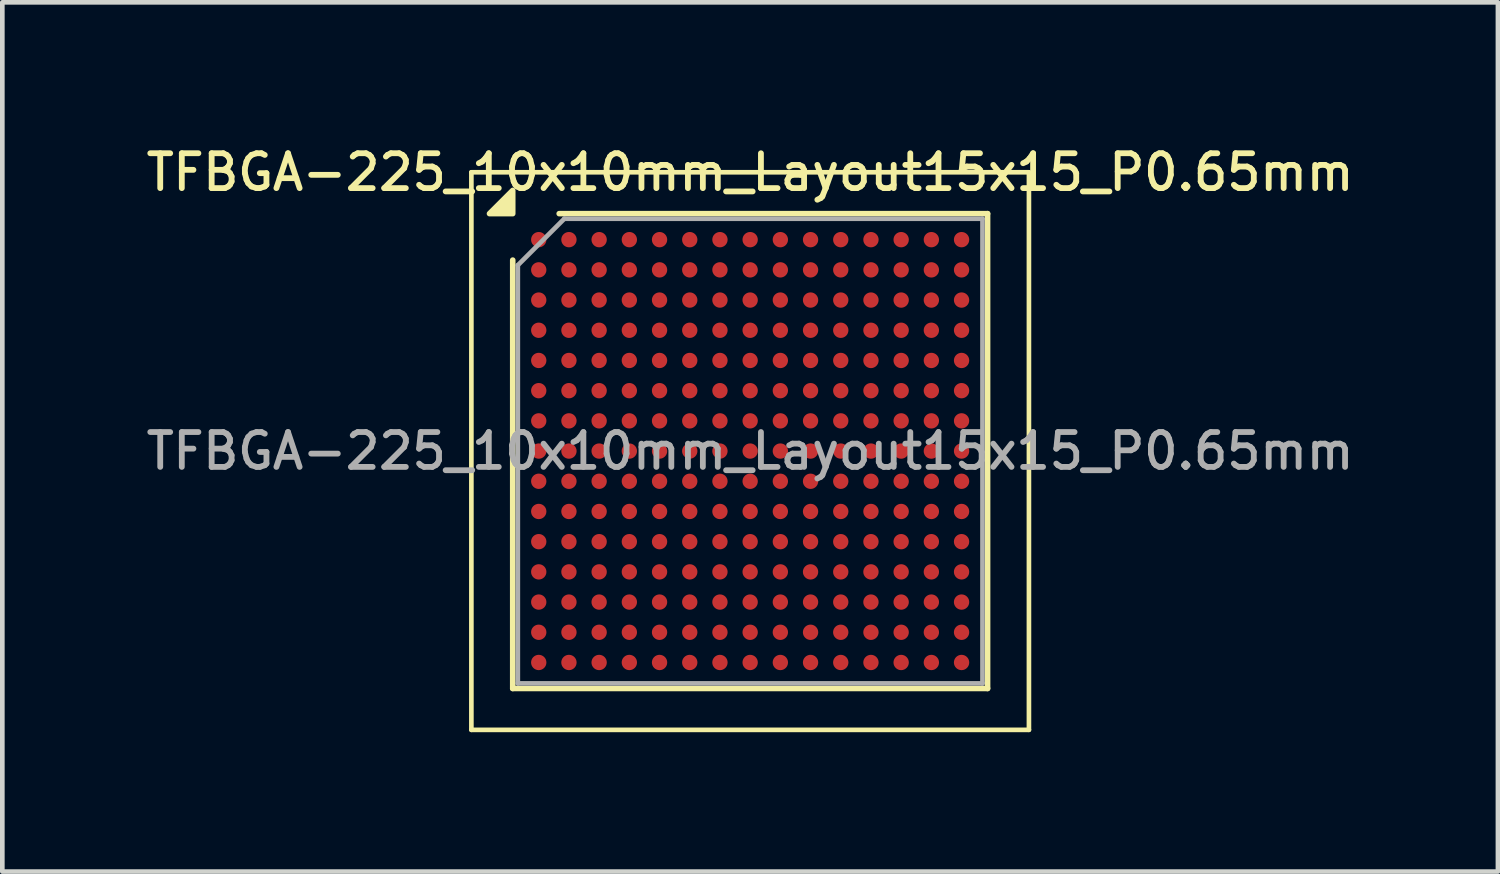
<source format=kicad_pcb>
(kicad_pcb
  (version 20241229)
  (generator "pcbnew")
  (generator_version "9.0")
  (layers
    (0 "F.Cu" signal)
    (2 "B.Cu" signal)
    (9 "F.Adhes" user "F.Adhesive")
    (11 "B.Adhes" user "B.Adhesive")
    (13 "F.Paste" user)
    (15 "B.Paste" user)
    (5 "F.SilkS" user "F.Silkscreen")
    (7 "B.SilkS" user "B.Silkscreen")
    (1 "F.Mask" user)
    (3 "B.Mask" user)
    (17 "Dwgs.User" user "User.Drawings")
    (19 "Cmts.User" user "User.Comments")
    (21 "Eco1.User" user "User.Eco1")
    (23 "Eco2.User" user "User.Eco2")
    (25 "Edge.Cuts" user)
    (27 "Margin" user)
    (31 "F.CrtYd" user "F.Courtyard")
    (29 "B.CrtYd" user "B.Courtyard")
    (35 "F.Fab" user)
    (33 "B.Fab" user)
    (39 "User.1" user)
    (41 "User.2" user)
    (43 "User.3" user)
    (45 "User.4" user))
  (footprint "TFBGA-225_10x10mm_Layout15x15_P0.65mm"
    (layer "F.Cu")
    (at 13.095 6.658)
    (property "Reference" "TFBGA-225_10x10mm_Layout15x15_P0.65mm" (at 0 -6 0) (layer "F.SilkS") (effects (font (size 0.75 0.75) (thickness 0.125))))
    (attr smd)
    (fp_line (start -6 -6) (end -6 6) (stroke (width 0.1) (type solid)) (layer "F.SilkS"))
    (fp_line (start -6 6) (end 6 6) (stroke (width 0.1) (type solid)) (layer "F.SilkS"))
    (fp_line (start -5.11 5.11) (end -5.11 -4.11) (stroke (width 0.12) (type solid)) (layer "F.SilkS"))
    (fp_line (start -4.11 -5.11) (end 5.11 -5.11) (stroke (width 0.12) (type solid)) (layer "F.SilkS"))
    (fp_line (start 5.11 -5.11) (end 5.11 5.11) (stroke (width 0.12) (type solid)) (layer "F.SilkS"))
    (fp_line (start 5.11 5.11) (end -5.11 5.11) (stroke (width 0.12) (type solid)) (layer "F.SilkS"))
    (fp_line (start 6 -6) (end -6 -6) (stroke (width 0.1) (type solid)) (layer "F.SilkS"))
    (fp_line (start 6 6) (end 6 -6) (stroke (width 0.1) (type solid)) (layer "F.SilkS"))
    (fp_poly (pts (xy -5.11 -5.11) (xy -5.61 -5.11) (xy -5.11 -5.61) (xy -5.11 -5.11)) (stroke (width 0.12) (type solid)) (fill yes) (layer "F.SilkS"))
    (fp_line (start -5 -4) (end -4 -5) (stroke (width 0.1) (type solid)) (layer "F.Fab"))
    (fp_line (start -5 5) (end -5 -4) (stroke (width 0.1) (type solid)) (layer "F.Fab"))
    (fp_line (start -4 -5) (end 5 -5) (stroke (width 0.1) (type solid)) (layer "F.Fab"))
    (fp_line (start 5 -5) (end 5 5) (stroke (width 0.1) (type solid)) (layer "F.Fab"))
    (fp_line (start 5 5) (end -5 5) (stroke (width 0.1) (type solid)) (layer "F.Fab"))
    (fp_text user "${REFERENCE}" (at 0 0 0) (layer "F.Fab") (effects (font (size 0.75 0.75) (thickness 0.125))))
    (pad "A1" smd circle (at -4.55 -4.55) (size 0.33 0.33) (property pad_prop_bga) (layers "F.Cu" "F.Mask" "F.Paste"))
    (pad "A2" smd circle (at -3.9 -4.55) (size 0.33 0.33) (property pad_prop_bga) (layers "F.Cu" "F.Mask" "F.Paste"))
    (pad "A3" smd circle (at -3.25 -4.55) (size 0.33 0.33) (property pad_prop_bga) (layers "F.Cu" "F.Mask" "F.Paste"))
    (pad "A4" smd circle (at -2.6 -4.55) (size 0.33 0.33) (property pad_prop_bga) (layers "F.Cu" "F.Mask" "F.Paste"))
    (pad "A5" smd circle (at -1.95 -4.55) (size 0.33 0.33) (property pad_prop_bga) (layers "F.Cu" "F.Mask" "F.Paste"))
    (pad "A6" smd circle (at -1.3 -4.55) (size 0.33 0.33) (property pad_prop_bga) (layers "F.Cu" "F.Mask" "F.Paste"))
    (pad "A7" smd circle (at -0.65 -4.55) (size 0.33 0.33) (property pad_prop_bga) (layers "F.Cu" "F.Mask" "F.Paste"))
    (pad "A8" smd circle (at 0 -4.55) (size 0.33 0.33) (property pad_prop_bga) (layers "F.Cu" "F.Mask" "F.Paste"))
    (pad "A9" smd circle (at 0.65 -4.55) (size 0.33 0.33) (property pad_prop_bga) (layers "F.Cu" "F.Mask" "F.Paste"))
    (pad "A10" smd circle (at 1.3 -4.55) (size 0.33 0.33) (property pad_prop_bga) (layers "F.Cu" "F.Mask" "F.Paste"))
    (pad "A11" smd circle (at 1.95 -4.55) (size 0.33 0.33) (property pad_prop_bga) (layers "F.Cu" "F.Mask" "F.Paste"))
    (pad "A12" smd circle (at 2.6 -4.55) (size 0.33 0.33) (property pad_prop_bga) (layers "F.Cu" "F.Mask" "F.Paste"))
    (pad "A13" smd circle (at 3.25 -4.55) (size 0.33 0.33) (property pad_prop_bga) (layers "F.Cu" "F.Mask" "F.Paste"))
    (pad "A14" smd circle (at 3.9 -4.55) (size 0.33 0.33) (property pad_prop_bga) (layers "F.Cu" "F.Mask" "F.Paste"))
    (pad "A15" smd circle (at 4.55 -4.55) (size 0.33 0.33) (property pad_prop_bga) (layers "F.Cu" "F.Mask" "F.Paste"))
    (pad "B1" smd circle (at -4.55 -3.9) (size 0.33 0.33) (property pad_prop_bga) (layers "F.Cu" "F.Mask" "F.Paste"))
    (pad "B2" smd circle (at -3.9 -3.9) (size 0.33 0.33) (property pad_prop_bga) (layers "F.Cu" "F.Mask" "F.Paste"))
    (pad "B3" smd circle (at -3.25 -3.9) (size 0.33 0.33) (property pad_prop_bga) (layers "F.Cu" "F.Mask" "F.Paste"))
    (pad "B4" smd circle (at -2.6 -3.9) (size 0.33 0.33) (property pad_prop_bga) (layers "F.Cu" "F.Mask" "F.Paste"))
    (pad "B5" smd circle (at -1.95 -3.9) (size 0.33 0.33) (property pad_prop_bga) (layers "F.Cu" "F.Mask" "F.Paste"))
    (pad "B6" smd circle (at -1.3 -3.9) (size 0.33 0.33) (property pad_prop_bga) (layers "F.Cu" "F.Mask" "F.Paste"))
    (pad "B7" smd circle (at -0.65 -3.9) (size 0.33 0.33) (property pad_prop_bga) (layers "F.Cu" "F.Mask" "F.Paste"))
    (pad "B8" smd circle (at 0 -3.9) (size 0.33 0.33) (property pad_prop_bga) (layers "F.Cu" "F.Mask" "F.Paste"))
    (pad "B9" smd circle (at 0.65 -3.9) (size 0.33 0.33) (property pad_prop_bga) (layers "F.Cu" "F.Mask" "F.Paste"))
    (pad "B10" smd circle (at 1.3 -3.9) (size 0.33 0.33) (property pad_prop_bga) (layers "F.Cu" "F.Mask" "F.Paste"))
    (pad "B11" smd circle (at 1.95 -3.9) (size 0.33 0.33) (property pad_prop_bga) (layers "F.Cu" "F.Mask" "F.Paste"))
    (pad "B12" smd circle (at 2.6 -3.9) (size 0.33 0.33) (property pad_prop_bga) (layers "F.Cu" "F.Mask" "F.Paste"))
    (pad "B13" smd circle (at 3.25 -3.9) (size 0.33 0.33) (property pad_prop_bga) (layers "F.Cu" "F.Mask" "F.Paste"))
    (pad "B14" smd circle (at 3.9 -3.9) (size 0.33 0.33) (property pad_prop_bga) (layers "F.Cu" "F.Mask" "F.Paste"))
    (pad "B15" smd circle (at 4.55 -3.9) (size 0.33 0.33) (property pad_prop_bga) (layers "F.Cu" "F.Mask" "F.Paste"))
    (pad "C1" smd circle (at -4.55 -3.25) (size 0.33 0.33) (property pad_prop_bga) (layers "F.Cu" "F.Mask" "F.Paste"))
    (pad "C2" smd circle (at -3.9 -3.25) (size 0.33 0.33) (property pad_prop_bga) (layers "F.Cu" "F.Mask" "F.Paste"))
    (pad "C3" smd circle (at -3.25 -3.25) (size 0.33 0.33) (property pad_prop_bga) (layers "F.Cu" "F.Mask" "F.Paste"))
    (pad "C4" smd circle (at -2.6 -3.25) (size 0.33 0.33) (property pad_prop_bga) (layers "F.Cu" "F.Mask" "F.Paste"))
    (pad "C5" smd circle (at -1.95 -3.25) (size 0.33 0.33) (property pad_prop_bga) (layers "F.Cu" "F.Mask" "F.Paste"))
    (pad "C6" smd circle (at -1.3 -3.25) (size 0.33 0.33) (property pad_prop_bga) (layers "F.Cu" "F.Mask" "F.Paste"))
    (pad "C7" smd circle (at -0.65 -3.25) (size 0.33 0.33) (property pad_prop_bga) (layers "F.Cu" "F.Mask" "F.Paste"))
    (pad "C8" smd circle (at 0 -3.25) (size 0.33 0.33) (property pad_prop_bga) (layers "F.Cu" "F.Mask" "F.Paste"))
    (pad "C9" smd circle (at 0.65 -3.25) (size 0.33 0.33) (property pad_prop_bga) (layers "F.Cu" "F.Mask" "F.Paste"))
    (pad "C10" smd circle (at 1.3 -3.25) (size 0.33 0.33) (property pad_prop_bga) (layers "F.Cu" "F.Mask" "F.Paste"))
    (pad "C11" smd circle (at 1.95 -3.25) (size 0.33 0.33) (property pad_prop_bga) (layers "F.Cu" "F.Mask" "F.Paste"))
    (pad "C12" smd circle (at 2.6 -3.25) (size 0.33 0.33) (property pad_prop_bga) (layers "F.Cu" "F.Mask" "F.Paste"))
    (pad "C13" smd circle (at 3.25 -3.25) (size 0.33 0.33) (property pad_prop_bga) (layers "F.Cu" "F.Mask" "F.Paste"))
    (pad "C14" smd circle (at 3.9 -3.25) (size 0.33 0.33) (property pad_prop_bga) (layers "F.Cu" "F.Mask" "F.Paste"))
    (pad "C15" smd circle (at 4.55 -3.25) (size 0.33 0.33) (property pad_prop_bga) (layers "F.Cu" "F.Mask" "F.Paste"))
    (pad "D1" smd circle (at -4.55 -2.6) (size 0.33 0.33) (property pad_prop_bga) (layers "F.Cu" "F.Mask" "F.Paste"))
    (pad "D2" smd circle (at -3.9 -2.6) (size 0.33 0.33) (property pad_prop_bga) (layers "F.Cu" "F.Mask" "F.Paste"))
    (pad "D3" smd circle (at -3.25 -2.6) (size 0.33 0.33) (property pad_prop_bga) (layers "F.Cu" "F.Mask" "F.Paste"))
    (pad "D4" smd circle (at -2.6 -2.6) (size 0.33 0.33) (property pad_prop_bga) (layers "F.Cu" "F.Mask" "F.Paste"))
    (pad "D5" smd circle (at -1.95 -2.6) (size 0.33 0.33) (property pad_prop_bga) (layers "F.Cu" "F.Mask" "F.Paste"))
    (pad "D6" smd circle (at -1.3 -2.6) (size 0.33 0.33) (property pad_prop_bga) (layers "F.Cu" "F.Mask" "F.Paste"))
    (pad "D7" smd circle (at -0.65 -2.6) (size 0.33 0.33) (property pad_prop_bga) (layers "F.Cu" "F.Mask" "F.Paste"))
    (pad "D8" smd circle (at 0 -2.6) (size 0.33 0.33) (property pad_prop_bga) (layers "F.Cu" "F.Mask" "F.Paste"))
    (pad "D9" smd circle (at 0.65 -2.6) (size 0.33 0.33) (property pad_prop_bga) (layers "F.Cu" "F.Mask" "F.Paste"))
    (pad "D10" smd circle (at 1.3 -2.6) (size 0.33 0.33) (property pad_prop_bga) (layers "F.Cu" "F.Mask" "F.Paste"))
    (pad "D11" smd circle (at 1.95 -2.6) (size 0.33 0.33) (property pad_prop_bga) (layers "F.Cu" "F.Mask" "F.Paste"))
    (pad "D12" smd circle (at 2.6 -2.6) (size 0.33 0.33) (property pad_prop_bga) (layers "F.Cu" "F.Mask" "F.Paste"))
    (pad "D13" smd circle (at 3.25 -2.6) (size 0.33 0.33) (property pad_prop_bga) (layers "F.Cu" "F.Mask" "F.Paste"))
    (pad "D14" smd circle (at 3.9 -2.6) (size 0.33 0.33) (property pad_prop_bga) (layers "F.Cu" "F.Mask" "F.Paste"))
    (pad "D15" smd circle (at 4.55 -2.6) (size 0.33 0.33) (property pad_prop_bga) (layers "F.Cu" "F.Mask" "F.Paste"))
    (pad "E1" smd circle (at -4.55 -1.95) (size 0.33 0.33) (property pad_prop_bga) (layers "F.Cu" "F.Mask" "F.Paste"))
    (pad "E2" smd circle (at -3.9 -1.95) (size 0.33 0.33) (property pad_prop_bga) (layers "F.Cu" "F.Mask" "F.Paste"))
    (pad "E3" smd circle (at -3.25 -1.95) (size 0.33 0.33) (property pad_prop_bga) (layers "F.Cu" "F.Mask" "F.Paste"))
    (pad "E4" smd circle (at -2.6 -1.95) (size 0.33 0.33) (property pad_prop_bga) (layers "F.Cu" "F.Mask" "F.Paste"))
    (pad "E5" smd circle (at -1.95 -1.95) (size 0.33 0.33) (property pad_prop_bga) (layers "F.Cu" "F.Mask" "F.Paste"))
    (pad "E6" smd circle (at -1.3 -1.95) (size 0.33 0.33) (property pad_prop_bga) (layers "F.Cu" "F.Mask" "F.Paste"))
    (pad "E7" smd circle (at -0.65 -1.95) (size 0.33 0.33) (property pad_prop_bga) (layers "F.Cu" "F.Mask" "F.Paste"))
    (pad "E8" smd circle (at 0 -1.95) (size 0.33 0.33) (property pad_prop_bga) (layers "F.Cu" "F.Mask" "F.Paste"))
    (pad "E9" smd circle (at 0.65 -1.95) (size 0.33 0.33) (property pad_prop_bga) (layers "F.Cu" "F.Mask" "F.Paste"))
    (pad "E10" smd circle (at 1.3 -1.95) (size 0.33 0.33) (property pad_prop_bga) (layers "F.Cu" "F.Mask" "F.Paste"))
    (pad "E11" smd circle (at 1.95 -1.95) (size 0.33 0.33) (property pad_prop_bga) (layers "F.Cu" "F.Mask" "F.Paste"))
    (pad "E12" smd circle (at 2.6 -1.95) (size 0.33 0.33) (property pad_prop_bga) (layers "F.Cu" "F.Mask" "F.Paste"))
    (pad "E13" smd circle (at 3.25 -1.95) (size 0.33 0.33) (property pad_prop_bga) (layers "F.Cu" "F.Mask" "F.Paste"))
    (pad "E14" smd circle (at 3.9 -1.95) (size 0.33 0.33) (property pad_prop_bga) (layers "F.Cu" "F.Mask" "F.Paste"))
    (pad "E15" smd circle (at 4.55 -1.95) (size 0.33 0.33) (property pad_prop_bga) (layers "F.Cu" "F.Mask" "F.Paste"))
    (pad "F1" smd circle (at -4.55 -1.3) (size 0.33 0.33) (property pad_prop_bga) (layers "F.Cu" "F.Mask" "F.Paste"))
    (pad "F2" smd circle (at -3.9 -1.3) (size 0.33 0.33) (property pad_prop_bga) (layers "F.Cu" "F.Mask" "F.Paste"))
    (pad "F3" smd circle (at -3.25 -1.3) (size 0.33 0.33) (property pad_prop_bga) (layers "F.Cu" "F.Mask" "F.Paste"))
    (pad "F4" smd circle (at -2.6 -1.3) (size 0.33 0.33) (property pad_prop_bga) (layers "F.Cu" "F.Mask" "F.Paste"))
    (pad "F5" smd circle (at -1.95 -1.3) (size 0.33 0.33) (property pad_prop_bga) (layers "F.Cu" "F.Mask" "F.Paste"))
    (pad "F6" smd circle (at -1.3 -1.3) (size 0.33 0.33) (property pad_prop_bga) (layers "F.Cu" "F.Mask" "F.Paste"))
    (pad "F7" smd circle (at -0.65 -1.3) (size 0.33 0.33) (property pad_prop_bga) (layers "F.Cu" "F.Mask" "F.Paste"))
    (pad "F8" smd circle (at 0 -1.3) (size 0.33 0.33) (property pad_prop_bga) (layers "F.Cu" "F.Mask" "F.Paste"))
    (pad "F9" smd circle (at 0.65 -1.3) (size 0.33 0.33) (property pad_prop_bga) (layers "F.Cu" "F.Mask" "F.Paste"))
    (pad "F10" smd circle (at 1.3 -1.3) (size 0.33 0.33) (property pad_prop_bga) (layers "F.Cu" "F.Mask" "F.Paste"))
    (pad "F11" smd circle (at 1.95 -1.3) (size 0.33 0.33) (property pad_prop_bga) (layers "F.Cu" "F.Mask" "F.Paste"))
    (pad "F12" smd circle (at 2.6 -1.3) (size 0.33 0.33) (property pad_prop_bga) (layers "F.Cu" "F.Mask" "F.Paste"))
    (pad "F13" smd circle (at 3.25 -1.3) (size 0.33 0.33) (property pad_prop_bga) (layers "F.Cu" "F.Mask" "F.Paste"))
    (pad "F14" smd circle (at 3.9 -1.3) (size 0.33 0.33) (property pad_prop_bga) (layers "F.Cu" "F.Mask" "F.Paste"))
    (pad "F15" smd circle (at 4.55 -1.3) (size 0.33 0.33) (property pad_prop_bga) (layers "F.Cu" "F.Mask" "F.Paste"))
    (pad "G1" smd circle (at -4.55 -0.65) (size 0.33 0.33) (property pad_prop_bga) (layers "F.Cu" "F.Mask" "F.Paste"))
    (pad "G2" smd circle (at -3.9 -0.65) (size 0.33 0.33) (property pad_prop_bga) (layers "F.Cu" "F.Mask" "F.Paste"))
    (pad "G3" smd circle (at -3.25 -0.65) (size 0.33 0.33) (property pad_prop_bga) (layers "F.Cu" "F.Mask" "F.Paste"))
    (pad "G4" smd circle (at -2.6 -0.65) (size 0.33 0.33) (property pad_prop_bga) (layers "F.Cu" "F.Mask" "F.Paste"))
    (pad "G5" smd circle (at -1.95 -0.65) (size 0.33 0.33) (property pad_prop_bga) (layers "F.Cu" "F.Mask" "F.Paste"))
    (pad "G6" smd circle (at -1.3 -0.65) (size 0.33 0.33) (property pad_prop_bga) (layers "F.Cu" "F.Mask" "F.Paste"))
    (pad "G7" smd circle (at -0.65 -0.65) (size 0.33 0.33) (property pad_prop_bga) (layers "F.Cu" "F.Mask" "F.Paste"))
    (pad "G8" smd circle (at 0 -0.65) (size 0.33 0.33) (property pad_prop_bga) (layers "F.Cu" "F.Mask" "F.Paste"))
    (pad "G9" smd circle (at 0.65 -0.65) (size 0.33 0.33) (property pad_prop_bga) (layers "F.Cu" "F.Mask" "F.Paste"))
    (pad "G10" smd circle (at 1.3 -0.65) (size 0.33 0.33) (property pad_prop_bga) (layers "F.Cu" "F.Mask" "F.Paste"))
    (pad "G11" smd circle (at 1.95 -0.65) (size 0.33 0.33) (property pad_prop_bga) (layers "F.Cu" "F.Mask" "F.Paste"))
    (pad "G12" smd circle (at 2.6 -0.65) (size 0.33 0.33) (property pad_prop_bga) (layers "F.Cu" "F.Mask" "F.Paste"))
    (pad "G13" smd circle (at 3.25 -0.65) (size 0.33 0.33) (property pad_prop_bga) (layers "F.Cu" "F.Mask" "F.Paste"))
    (pad "G14" smd circle (at 3.9 -0.65) (size 0.33 0.33) (property pad_prop_bga) (layers "F.Cu" "F.Mask" "F.Paste"))
    (pad "G15" smd circle (at 4.55 -0.65) (size 0.33 0.33) (property pad_prop_bga) (layers "F.Cu" "F.Mask" "F.Paste"))
    (pad "H1" smd circle (at -4.55 0) (size 0.33 0.33) (property pad_prop_bga) (layers "F.Cu" "F.Mask" "F.Paste"))
    (pad "H2" smd circle (at -3.9 0) (size 0.33 0.33) (property pad_prop_bga) (layers "F.Cu" "F.Mask" "F.Paste"))
    (pad "H3" smd circle (at -3.25 0) (size 0.33 0.33) (property pad_prop_bga) (layers "F.Cu" "F.Mask" "F.Paste"))
    (pad "H4" smd circle (at -2.6 0) (size 0.33 0.33) (property pad_prop_bga) (layers "F.Cu" "F.Mask" "F.Paste"))
    (pad "H5" smd circle (at -1.95 0) (size 0.33 0.33) (property pad_prop_bga) (layers "F.Cu" "F.Mask" "F.Paste"))
    (pad "H6" smd circle (at -1.3 0) (size 0.33 0.33) (property pad_prop_bga) (layers "F.Cu" "F.Mask" "F.Paste"))
    (pad "H7" smd circle (at -0.65 0) (size 0.33 0.33) (property pad_prop_bga) (layers "F.Cu" "F.Mask" "F.Paste"))
    (pad "H8" smd circle (at 0 0) (size 0.33 0.33) (property pad_prop_bga) (layers "F.Cu" "F.Mask" "F.Paste"))
    (pad "H9" smd circle (at 0.65 0) (size 0.33 0.33) (property pad_prop_bga) (layers "F.Cu" "F.Mask" "F.Paste"))
    (pad "H10" smd circle (at 1.3 0) (size 0.33 0.33) (property pad_prop_bga) (layers "F.Cu" "F.Mask" "F.Paste"))
    (pad "H11" smd circle (at 1.95 0) (size 0.33 0.33) (property pad_prop_bga) (layers "F.Cu" "F.Mask" "F.Paste"))
    (pad "H12" smd circle (at 2.6 0) (size 0.33 0.33) (property pad_prop_bga) (layers "F.Cu" "F.Mask" "F.Paste"))
    (pad "H13" smd circle (at 3.25 0) (size 0.33 0.33) (property pad_prop_bga) (layers "F.Cu" "F.Mask" "F.Paste"))
    (pad "H14" smd circle (at 3.9 0) (size 0.33 0.33) (property pad_prop_bga) (layers "F.Cu" "F.Mask" "F.Paste"))
    (pad "H15" smd circle (at 4.55 0) (size 0.33 0.33) (property pad_prop_bga) (layers "F.Cu" "F.Mask" "F.Paste"))
    (pad "J1" smd circle (at -4.55 0.65) (size 0.33 0.33) (property pad_prop_bga) (layers "F.Cu" "F.Mask" "F.Paste"))
    (pad "J2" smd circle (at -3.9 0.65) (size 0.33 0.33) (property pad_prop_bga) (layers "F.Cu" "F.Mask" "F.Paste"))
    (pad "J3" smd circle (at -3.25 0.65) (size 0.33 0.33) (property pad_prop_bga) (layers "F.Cu" "F.Mask" "F.Paste"))
    (pad "J4" smd circle (at -2.6 0.65) (size 0.33 0.33) (property pad_prop_bga) (layers "F.Cu" "F.Mask" "F.Paste"))
    (pad "J5" smd circle (at -1.95 0.65) (size 0.33 0.33) (property pad_prop_bga) (layers "F.Cu" "F.Mask" "F.Paste"))
    (pad "J6" smd circle (at -1.3 0.65) (size 0.33 0.33) (property pad_prop_bga) (layers "F.Cu" "F.Mask" "F.Paste"))
    (pad "J7" smd circle (at -0.65 0.65) (size 0.33 0.33) (property pad_prop_bga) (layers "F.Cu" "F.Mask" "F.Paste"))
    (pad "J8" smd circle (at 0 0.65) (size 0.33 0.33) (property pad_prop_bga) (layers "F.Cu" "F.Mask" "F.Paste"))
    (pad "J9" smd circle (at 0.65 0.65) (size 0.33 0.33) (property pad_prop_bga) (layers "F.Cu" "F.Mask" "F.Paste"))
    (pad "J10" smd circle (at 1.3 0.65) (size 0.33 0.33) (property pad_prop_bga) (layers "F.Cu" "F.Mask" "F.Paste"))
    (pad "J11" smd circle (at 1.95 0.65) (size 0.33 0.33) (property pad_prop_bga) (layers "F.Cu" "F.Mask" "F.Paste"))
    (pad "J12" smd circle (at 2.6 0.65) (size 0.33 0.33) (property pad_prop_bga) (layers "F.Cu" "F.Mask" "F.Paste"))
    (pad "J13" smd circle (at 3.25 0.65) (size 0.33 0.33) (property pad_prop_bga) (layers "F.Cu" "F.Mask" "F.Paste"))
    (pad "J14" smd circle (at 3.9 0.65) (size 0.33 0.33) (property pad_prop_bga) (layers "F.Cu" "F.Mask" "F.Paste"))
    (pad "J15" smd circle (at 4.55 0.65) (size 0.33 0.33) (property pad_prop_bga) (layers "F.Cu" "F.Mask" "F.Paste"))
    (pad "K1" smd circle (at -4.55 1.3) (size 0.33 0.33) (property pad_prop_bga) (layers "F.Cu" "F.Mask" "F.Paste"))
    (pad "K2" smd circle (at -3.9 1.3) (size 0.33 0.33) (property pad_prop_bga) (layers "F.Cu" "F.Mask" "F.Paste"))
    (pad "K3" smd circle (at -3.25 1.3) (size 0.33 0.33) (property pad_prop_bga) (layers "F.Cu" "F.Mask" "F.Paste"))
    (pad "K4" smd circle (at -2.6 1.3) (size 0.33 0.33) (property pad_prop_bga) (layers "F.Cu" "F.Mask" "F.Paste"))
    (pad "K5" smd circle (at -1.95 1.3) (size 0.33 0.33) (property pad_prop_bga) (layers "F.Cu" "F.Mask" "F.Paste"))
    (pad "K6" smd circle (at -1.3 1.3) (size 0.33 0.33) (property pad_prop_bga) (layers "F.Cu" "F.Mask" "F.Paste"))
    (pad "K7" smd circle (at -0.65 1.3) (size 0.33 0.33) (property pad_prop_bga) (layers "F.Cu" "F.Mask" "F.Paste"))
    (pad "K8" smd circle (at 0 1.3) (size 0.33 0.33) (property pad_prop_bga) (layers "F.Cu" "F.Mask" "F.Paste"))
    (pad "K9" smd circle (at 0.65 1.3) (size 0.33 0.33) (property pad_prop_bga) (layers "F.Cu" "F.Mask" "F.Paste"))
    (pad "K10" smd circle (at 1.3 1.3) (size 0.33 0.33) (property pad_prop_bga) (layers "F.Cu" "F.Mask" "F.Paste"))
    (pad "K11" smd circle (at 1.95 1.3) (size 0.33 0.33) (property pad_prop_bga) (layers "F.Cu" "F.Mask" "F.Paste"))
    (pad "K12" smd circle (at 2.6 1.3) (size 0.33 0.33) (property pad_prop_bga) (layers "F.Cu" "F.Mask" "F.Paste"))
    (pad "K13" smd circle (at 3.25 1.3) (size 0.33 0.33) (property pad_prop_bga) (layers "F.Cu" "F.Mask" "F.Paste"))
    (pad "K14" smd circle (at 3.9 1.3) (size 0.33 0.33) (property pad_prop_bga) (layers "F.Cu" "F.Mask" "F.Paste"))
    (pad "K15" smd circle (at 4.55 1.3) (size 0.33 0.33) (property pad_prop_bga) (layers "F.Cu" "F.Mask" "F.Paste"))
    (pad "L1" smd circle (at -4.55 1.95) (size 0.33 0.33) (property pad_prop_bga) (layers "F.Cu" "F.Mask" "F.Paste"))
    (pad "L2" smd circle (at -3.9 1.95) (size 0.33 0.33) (property pad_prop_bga) (layers "F.Cu" "F.Mask" "F.Paste"))
    (pad "L3" smd circle (at -3.25 1.95) (size 0.33 0.33) (property pad_prop_bga) (layers "F.Cu" "F.Mask" "F.Paste"))
    (pad "L4" smd circle (at -2.6 1.95) (size 0.33 0.33) (property pad_prop_bga) (layers "F.Cu" "F.Mask" "F.Paste"))
    (pad "L5" smd circle (at -1.95 1.95) (size 0.33 0.33) (property pad_prop_bga) (layers "F.Cu" "F.Mask" "F.Paste"))
    (pad "L6" smd circle (at -1.3 1.95) (size 0.33 0.33) (property pad_prop_bga) (layers "F.Cu" "F.Mask" "F.Paste"))
    (pad "L7" smd circle (at -0.65 1.95) (size 0.33 0.33) (property pad_prop_bga) (layers "F.Cu" "F.Mask" "F.Paste"))
    (pad "L8" smd circle (at 0 1.95) (size 0.33 0.33) (property pad_prop_bga) (layers "F.Cu" "F.Mask" "F.Paste"))
    (pad "L9" smd circle (at 0.65 1.95) (size 0.33 0.33) (property pad_prop_bga) (layers "F.Cu" "F.Mask" "F.Paste"))
    (pad "L10" smd circle (at 1.3 1.95) (size 0.33 0.33) (property pad_prop_bga) (layers "F.Cu" "F.Mask" "F.Paste"))
    (pad "L11" smd circle (at 1.95 1.95) (size 0.33 0.33) (property pad_prop_bga) (layers "F.Cu" "F.Mask" "F.Paste"))
    (pad "L12" smd circle (at 2.6 1.95) (size 0.33 0.33) (property pad_prop_bga) (layers "F.Cu" "F.Mask" "F.Paste"))
    (pad "L13" smd circle (at 3.25 1.95) (size 0.33 0.33) (property pad_prop_bga) (layers "F.Cu" "F.Mask" "F.Paste"))
    (pad "L14" smd circle (at 3.9 1.95) (size 0.33 0.33) (property pad_prop_bga) (layers "F.Cu" "F.Mask" "F.Paste"))
    (pad "L15" smd circle (at 4.55 1.95) (size 0.33 0.33) (property pad_prop_bga) (layers "F.Cu" "F.Mask" "F.Paste"))
    (pad "M1" smd circle (at -4.55 2.6) (size 0.33 0.33) (property pad_prop_bga) (layers "F.Cu" "F.Mask" "F.Paste"))
    (pad "M2" smd circle (at -3.9 2.6) (size 0.33 0.33) (property pad_prop_bga) (layers "F.Cu" "F.Mask" "F.Paste"))
    (pad "M3" smd circle (at -3.25 2.6) (size 0.33 0.33) (property pad_prop_bga) (layers "F.Cu" "F.Mask" "F.Paste"))
    (pad "M4" smd circle (at -2.6 2.6) (size 0.33 0.33) (property pad_prop_bga) (layers "F.Cu" "F.Mask" "F.Paste"))
    (pad "M5" smd circle (at -1.95 2.6) (size 0.33 0.33) (property pad_prop_bga) (layers "F.Cu" "F.Mask" "F.Paste"))
    (pad "M6" smd circle (at -1.3 2.6) (size 0.33 0.33) (property pad_prop_bga) (layers "F.Cu" "F.Mask" "F.Paste"))
    (pad "M7" smd circle (at -0.65 2.6) (size 0.33 0.33) (property pad_prop_bga) (layers "F.Cu" "F.Mask" "F.Paste"))
    (pad "M8" smd circle (at 0 2.6) (size 0.33 0.33) (property pad_prop_bga) (layers "F.Cu" "F.Mask" "F.Paste"))
    (pad "M9" smd circle (at 0.65 2.6) (size 0.33 0.33) (property pad_prop_bga) (layers "F.Cu" "F.Mask" "F.Paste"))
    (pad "M10" smd circle (at 1.3 2.6) (size 0.33 0.33) (property pad_prop_bga) (layers "F.Cu" "F.Mask" "F.Paste"))
    (pad "M11" smd circle (at 1.95 2.6) (size 0.33 0.33) (property pad_prop_bga) (layers "F.Cu" "F.Mask" "F.Paste"))
    (pad "M12" smd circle (at 2.6 2.6) (size 0.33 0.33) (property pad_prop_bga) (layers "F.Cu" "F.Mask" "F.Paste"))
    (pad "M13" smd circle (at 3.25 2.6) (size 0.33 0.33) (property pad_prop_bga) (layers "F.Cu" "F.Mask" "F.Paste"))
    (pad "M14" smd circle (at 3.9 2.6) (size 0.33 0.33) (property pad_prop_bga) (layers "F.Cu" "F.Mask" "F.Paste"))
    (pad "M15" smd circle (at 4.55 2.6) (size 0.33 0.33) (property pad_prop_bga) (layers "F.Cu" "F.Mask" "F.Paste"))
    (pad "N1" smd circle (at -4.55 3.25) (size 0.33 0.33) (property pad_prop_bga) (layers "F.Cu" "F.Mask" "F.Paste"))
    (pad "N2" smd circle (at -3.9 3.25) (size 0.33 0.33) (property pad_prop_bga) (layers "F.Cu" "F.Mask" "F.Paste"))
    (pad "N3" smd circle (at -3.25 3.25) (size 0.33 0.33) (property pad_prop_bga) (layers "F.Cu" "F.Mask" "F.Paste"))
    (pad "N4" smd circle (at -2.6 3.25) (size 0.33 0.33) (property pad_prop_bga) (layers "F.Cu" "F.Mask" "F.Paste"))
    (pad "N5" smd circle (at -1.95 3.25) (size 0.33 0.33) (property pad_prop_bga) (layers "F.Cu" "F.Mask" "F.Paste"))
    (pad "N6" smd circle (at -1.3 3.25) (size 0.33 0.33) (property pad_prop_bga) (layers "F.Cu" "F.Mask" "F.Paste"))
    (pad "N7" smd circle (at -0.65 3.25) (size 0.33 0.33) (property pad_prop_bga) (layers "F.Cu" "F.Mask" "F.Paste"))
    (pad "N8" smd circle (at 0 3.25) (size 0.33 0.33) (property pad_prop_bga) (layers "F.Cu" "F.Mask" "F.Paste"))
    (pad "N9" smd circle (at 0.65 3.25) (size 0.33 0.33) (property pad_prop_bga) (layers "F.Cu" "F.Mask" "F.Paste"))
    (pad "N10" smd circle (at 1.3 3.25) (size 0.33 0.33) (property pad_prop_bga) (layers "F.Cu" "F.Mask" "F.Paste"))
    (pad "N11" smd circle (at 1.95 3.25) (size 0.33 0.33) (property pad_prop_bga) (layers "F.Cu" "F.Mask" "F.Paste"))
    (pad "N12" smd circle (at 2.6 3.25) (size 0.33 0.33) (property pad_prop_bga) (layers "F.Cu" "F.Mask" "F.Paste"))
    (pad "N13" smd circle (at 3.25 3.25) (size 0.33 0.33) (property pad_prop_bga) (layers "F.Cu" "F.Mask" "F.Paste"))
    (pad "N14" smd circle (at 3.9 3.25) (size 0.33 0.33) (property pad_prop_bga) (layers "F.Cu" "F.Mask" "F.Paste"))
    (pad "N15" smd circle (at 4.55 3.25) (size 0.33 0.33) (property pad_prop_bga) (layers "F.Cu" "F.Mask" "F.Paste"))
    (pad "P1" smd circle (at -4.55 3.9) (size 0.33 0.33) (property pad_prop_bga) (layers "F.Cu" "F.Mask" "F.Paste"))
    (pad "P2" smd circle (at -3.9 3.9) (size 0.33 0.33) (property pad_prop_bga) (layers "F.Cu" "F.Mask" "F.Paste"))
    (pad "P3" smd circle (at -3.25 3.9) (size 0.33 0.33) (property pad_prop_bga) (layers "F.Cu" "F.Mask" "F.Paste"))
    (pad "P4" smd circle (at -2.6 3.9) (size 0.33 0.33) (property pad_prop_bga) (layers "F.Cu" "F.Mask" "F.Paste"))
    (pad "P5" smd circle (at -1.95 3.9) (size 0.33 0.33) (property pad_prop_bga) (layers "F.Cu" "F.Mask" "F.Paste"))
    (pad "P6" smd circle (at -1.3 3.9) (size 0.33 0.33) (property pad_prop_bga) (layers "F.Cu" "F.Mask" "F.Paste"))
    (pad "P7" smd circle (at -0.65 3.9) (size 0.33 0.33) (property pad_prop_bga) (layers "F.Cu" "F.Mask" "F.Paste"))
    (pad "P8" smd circle (at 0 3.9) (size 0.33 0.33) (property pad_prop_bga) (layers "F.Cu" "F.Mask" "F.Paste"))
    (pad "P9" smd circle (at 0.65 3.9) (size 0.33 0.33) (property pad_prop_bga) (layers "F.Cu" "F.Mask" "F.Paste"))
    (pad "P10" smd circle (at 1.3 3.9) (size 0.33 0.33) (property pad_prop_bga) (layers "F.Cu" "F.Mask" "F.Paste"))
    (pad "P11" smd circle (at 1.95 3.9) (size 0.33 0.33) (property pad_prop_bga) (layers "F.Cu" "F.Mask" "F.Paste"))
    (pad "P12" smd circle (at 2.6 3.9) (size 0.33 0.33) (property pad_prop_bga) (layers "F.Cu" "F.Mask" "F.Paste"))
    (pad "P13" smd circle (at 3.25 3.9) (size 0.33 0.33) (property pad_prop_bga) (layers "F.Cu" "F.Mask" "F.Paste"))
    (pad "P14" smd circle (at 3.9 3.9) (size 0.33 0.33) (property pad_prop_bga) (layers "F.Cu" "F.Mask" "F.Paste"))
    (pad "P15" smd circle (at 4.55 3.9) (size 0.33 0.33) (property pad_prop_bga) (layers "F.Cu" "F.Mask" "F.Paste"))
    (pad "R1" smd circle (at -4.55 4.55) (size 0.33 0.33) (property pad_prop_bga) (layers "F.Cu" "F.Mask" "F.Paste"))
    (pad "R2" smd circle (at -3.9 4.55) (size 0.33 0.33) (property pad_prop_bga) (layers "F.Cu" "F.Mask" "F.Paste"))
    (pad "R3" smd circle (at -3.25 4.55) (size 0.33 0.33) (property pad_prop_bga) (layers "F.Cu" "F.Mask" "F.Paste"))
    (pad "R4" smd circle (at -2.6 4.55) (size 0.33 0.33) (property pad_prop_bga) (layers "F.Cu" "F.Mask" "F.Paste"))
    (pad "R5" smd circle (at -1.95 4.55) (size 0.33 0.33) (property pad_prop_bga) (layers "F.Cu" "F.Mask" "F.Paste"))
    (pad "R6" smd circle (at -1.3 4.55) (size 0.33 0.33) (property pad_prop_bga) (layers "F.Cu" "F.Mask" "F.Paste"))
    (pad "R7" smd circle (at -0.65 4.55) (size 0.33 0.33) (property pad_prop_bga) (layers "F.Cu" "F.Mask" "F.Paste"))
    (pad "R8" smd circle (at 0 4.55) (size 0.33 0.33) (property pad_prop_bga) (layers "F.Cu" "F.Mask" "F.Paste"))
    (pad "R9" smd circle (at 0.65 4.55) (size 0.33 0.33) (property pad_prop_bga) (layers "F.Cu" "F.Mask" "F.Paste"))
    (pad "R10" smd circle (at 1.3 4.55) (size 0.33 0.33) (property pad_prop_bga) (layers "F.Cu" "F.Mask" "F.Paste"))
    (pad "R11" smd circle (at 1.95 4.55) (size 0.33 0.33) (property pad_prop_bga) (layers "F.Cu" "F.Mask" "F.Paste"))
    (pad "R12" smd circle (at 2.6 4.55) (size 0.33 0.33) (property pad_prop_bga) (layers "F.Cu" "F.Mask" "F.Paste"))
    (pad "R13" smd circle (at 3.25 4.55) (size 0.33 0.33) (property pad_prop_bga) (layers "F.Cu" "F.Mask" "F.Paste"))
    (pad "R14" smd circle (at 3.9 4.55) (size 0.33 0.33) (property pad_prop_bga) (layers "F.Cu" "F.Mask" "F.Paste"))
    (pad "R15" smd circle (at 4.55 4.55) (size 0.33 0.33) (property pad_prop_bga) (layers "F.Cu" "F.Mask" "F.Paste")))
  (gr_rect
    (start -3 -3)
    (end 29.189 15.708)
    (stroke (width 0.1) (type default))
    (fill no)
    (layer "Edge.Cuts")))
</source>
